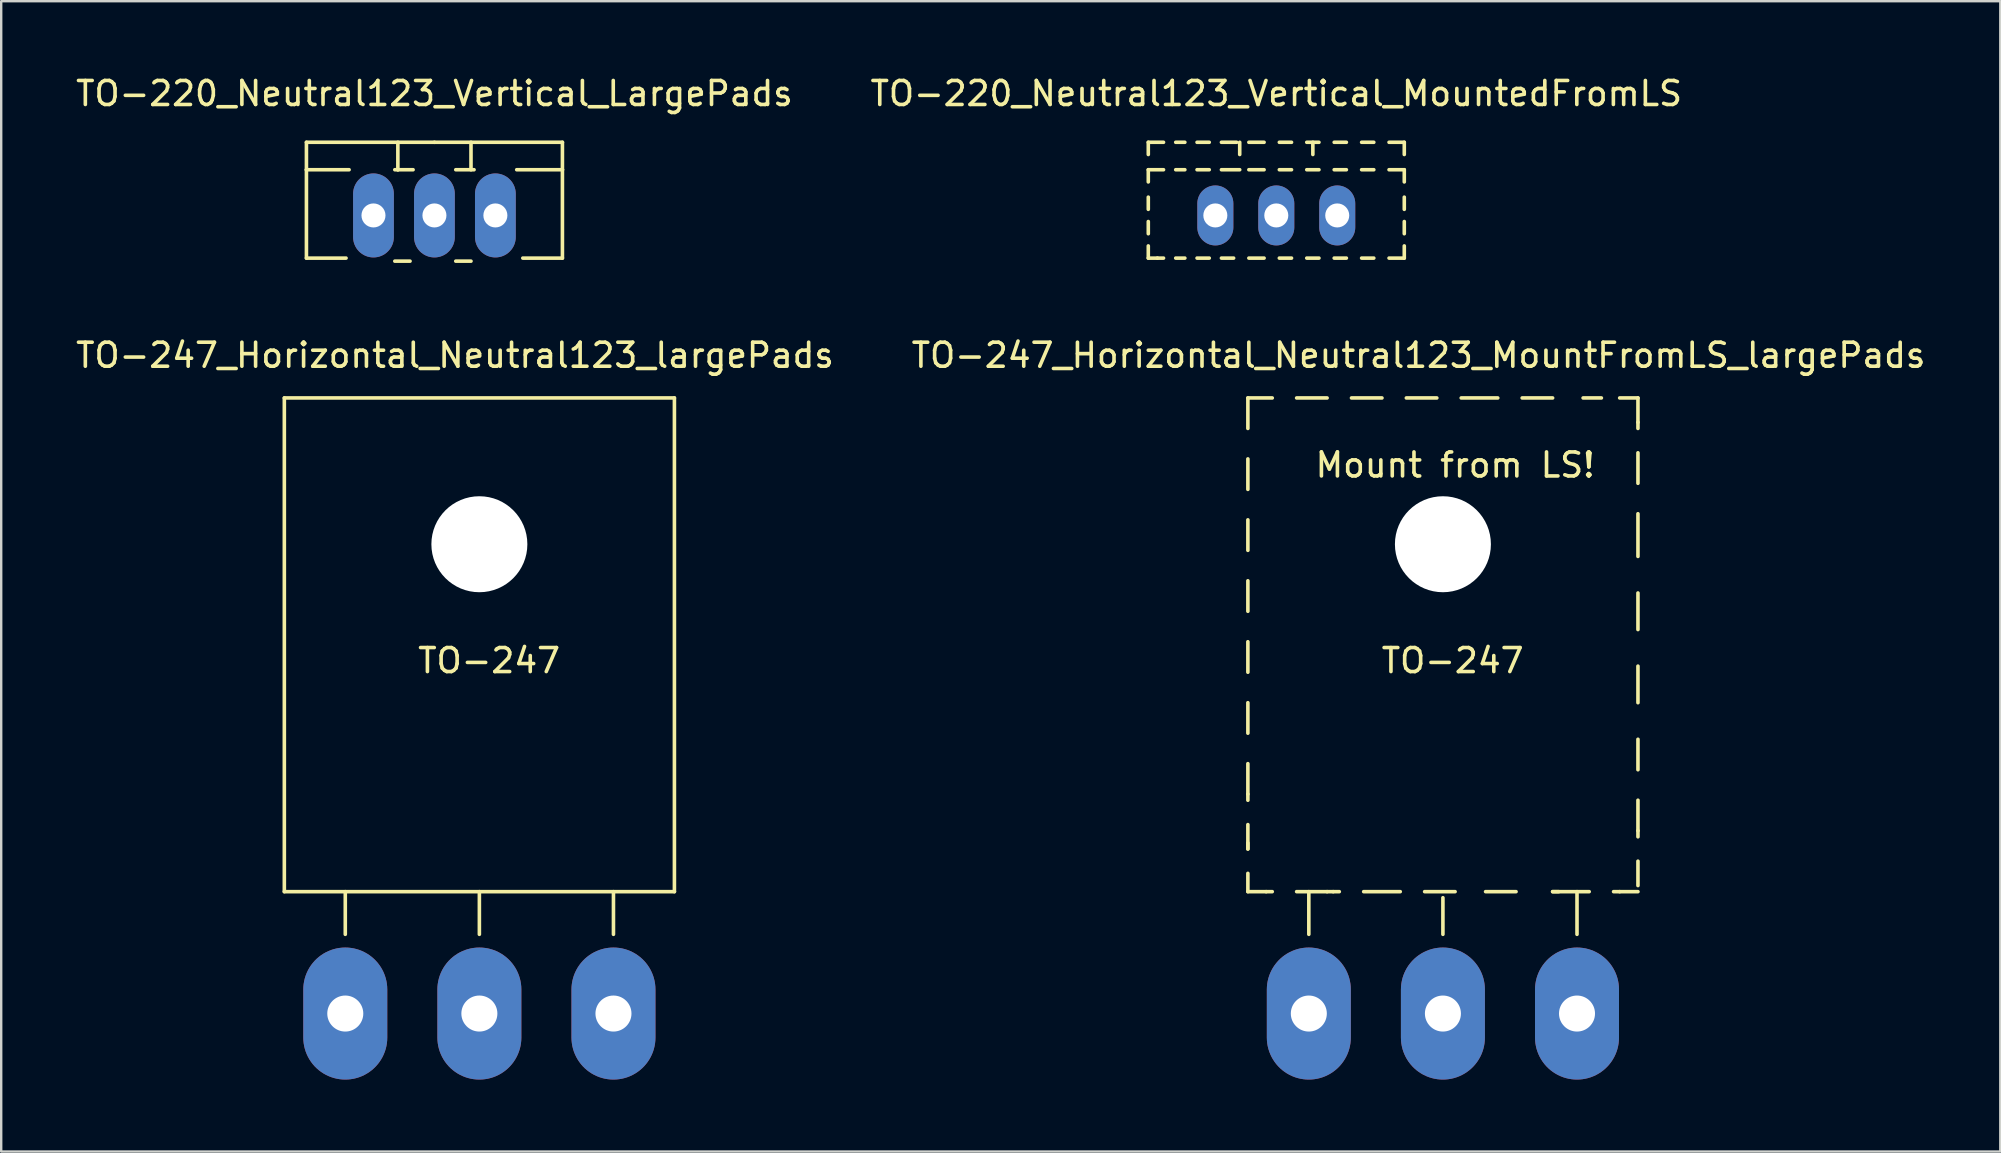
<source format=kicad_pcb>
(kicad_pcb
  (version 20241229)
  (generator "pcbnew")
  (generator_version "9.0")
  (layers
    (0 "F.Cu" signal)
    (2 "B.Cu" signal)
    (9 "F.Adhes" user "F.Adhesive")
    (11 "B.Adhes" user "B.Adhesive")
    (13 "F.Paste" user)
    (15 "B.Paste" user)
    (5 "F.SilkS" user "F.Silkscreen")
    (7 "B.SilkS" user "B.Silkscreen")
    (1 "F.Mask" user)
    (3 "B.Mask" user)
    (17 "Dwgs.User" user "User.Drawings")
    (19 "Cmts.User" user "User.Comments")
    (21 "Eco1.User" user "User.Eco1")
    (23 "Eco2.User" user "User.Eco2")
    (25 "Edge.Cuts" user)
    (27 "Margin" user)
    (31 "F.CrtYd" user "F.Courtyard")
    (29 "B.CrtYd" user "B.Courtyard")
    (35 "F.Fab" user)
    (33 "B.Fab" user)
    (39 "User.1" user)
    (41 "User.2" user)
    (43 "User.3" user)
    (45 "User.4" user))
  (footprint "TO-220_Neutral123_Vertical_MountedFromLS"
    (layer "F.Cu")
    (at 50.137 5.928)
    (property "Reference" "TO-220_Neutral123_Vertical_MountedFromLS" (at 0 -5.08 0) (layer "F.SilkS") (effects (font (size 1 1) (thickness 0.15))))
    (attr through_hole)
    (fp_line (start -5.334 -3.048) (end -4.699 -3.048) (stroke (width 0.15) (type solid)) (layer "F.SilkS"))
    (fp_line (start -5.334 -2.54) (end -5.334 -3.048) (stroke (width 0.15) (type solid)) (layer "F.SilkS"))
    (fp_line (start -5.334 -1.397) (end -5.334 -1.905) (stroke (width 0.15) (type solid)) (layer "F.SilkS"))
    (fp_line (start -5.334 -0.254) (end -5.334 -0.762) (stroke (width 0.15) (type solid)) (layer "F.SilkS"))
    (fp_line (start -5.334 0.762) (end -5.334 0.254) (stroke (width 0.15) (type solid)) (layer "F.SilkS"))
    (fp_line (start -5.334 1.778) (end -5.334 1.27) (stroke (width 0.15) (type solid)) (layer "F.SilkS"))
    (fp_line (start -5.334 1.778) (end -4.953 1.778) (stroke (width 0.15) (type solid)) (layer "F.SilkS"))
    (fp_line (start -4.953 1.778) (end -4.699 1.778) (stroke (width 0.15) (type solid)) (layer "F.SilkS"))
    (fp_line (start -4.699 -1.905) (end -5.334 -1.905) (stroke (width 0.15) (type solid)) (layer "F.SilkS"))
    (fp_line (start -4.191 -3.048) (end -3.81 -3.048) (stroke (width 0.15) (type solid)) (layer "F.SilkS"))
    (fp_line (start -4.191 1.778) (end -3.81 1.778) (stroke (width 0.15) (type solid)) (layer "F.SilkS"))
    (fp_line (start -3.81 -1.905) (end -4.191 -1.905) (stroke (width 0.15) (type solid)) (layer "F.SilkS"))
    (fp_line (start -3.302 -3.048) (end -2.794 -3.048) (stroke (width 0.15) (type solid)) (layer "F.SilkS"))
    (fp_line (start -3.302 1.778) (end -2.794 1.778) (stroke (width 0.15) (type solid)) (layer "F.SilkS"))
    (fp_line (start -2.794 -1.905) (end -3.302 -1.905) (stroke (width 0.15) (type solid)) (layer "F.SilkS"))
    (fp_line (start -2.286 -3.048) (end -1.651 -3.048) (stroke (width 0.15) (type solid)) (layer "F.SilkS"))
    (fp_line (start -2.286 1.778) (end -1.778 1.778) (stroke (width 0.15) (type solid)) (layer "F.SilkS"))
    (fp_line (start -1.524 -3.048) (end -1.524 -2.54) (stroke (width 0.15) (type solid)) (layer "F.SilkS"))
    (fp_line (start -1.524 -1.905) (end -2.286 -1.905) (stroke (width 0.15) (type solid)) (layer "F.SilkS"))
    (fp_line (start -1.143 -3.048) (end -0.508 -3.048) (stroke (width 0.15) (type solid)) (layer "F.SilkS"))
    (fp_line (start -1.143 -1.905) (end -0.508 -1.905) (stroke (width 0.15) (type solid)) (layer "F.SilkS"))
    (fp_line (start -1.143 1.778) (end -0.508 1.778) (stroke (width 0.15) (type solid)) (layer "F.SilkS"))
    (fp_line (start 0.127 -3.048) (end 0.635 -3.048) (stroke (width 0.15) (type solid)) (layer "F.SilkS"))
    (fp_line (start 0.127 -1.905) (end 0.635 -1.905) (stroke (width 0.15) (type solid)) (layer "F.SilkS"))
    (fp_line (start 0.127 1.778) (end 0.635 1.778) (stroke (width 0.15) (type solid)) (layer "F.SilkS"))
    (fp_line (start 1.27 -3.048) (end 1.778 -3.048) (stroke (width 0.15) (type solid)) (layer "F.SilkS"))
    (fp_line (start 1.27 -1.905) (end 1.778 -1.905) (stroke (width 0.15) (type solid)) (layer "F.SilkS"))
    (fp_line (start 1.27 1.778) (end 1.778 1.778) (stroke (width 0.15) (type solid)) (layer "F.SilkS"))
    (fp_line (start 1.524 -3.048) (end 1.524 -2.54) (stroke (width 0.15) (type solid)) (layer "F.SilkS"))
    (fp_line (start 2.413 -3.048) (end 2.921 -3.048) (stroke (width 0.15) (type solid)) (layer "F.SilkS"))
    (fp_line (start 2.413 -1.905) (end 2.921 -1.905) (stroke (width 0.15) (type solid)) (layer "F.SilkS"))
    (fp_line (start 2.413 1.778) (end 2.921 1.778) (stroke (width 0.15) (type solid)) (layer "F.SilkS"))
    (fp_line (start 3.556 -3.048) (end 4.064 -3.048) (stroke (width 0.15) (type solid)) (layer "F.SilkS"))
    (fp_line (start 3.556 -1.905) (end 4.064 -1.905) (stroke (width 0.15) (type solid)) (layer "F.SilkS"))
    (fp_line (start 3.556 1.778) (end 4.064 1.778) (stroke (width 0.15) (type solid)) (layer "F.SilkS"))
    (fp_line (start 4.699 -3.048) (end 5.334 -3.048) (stroke (width 0.15) (type solid)) (layer "F.SilkS"))
    (fp_line (start 4.699 -1.905) (end 5.334 -1.905) (stroke (width 0.15) (type solid)) (layer "F.SilkS"))
    (fp_line (start 4.699 1.778) (end 5.334 1.778) (stroke (width 0.15) (type solid)) (layer "F.SilkS"))
    (fp_line (start 5.334 -3.048) (end 5.334 -2.54) (stroke (width 0.15) (type solid)) (layer "F.SilkS"))
    (fp_line (start 5.334 -1.905) (end 5.334 -1.397) (stroke (width 0.15) (type solid)) (layer "F.SilkS"))
    (fp_line (start 5.334 -0.762) (end 5.334 -0.254) (stroke (width 0.15) (type solid)) (layer "F.SilkS"))
    (fp_line (start 5.334 0.254) (end 5.334 0.762) (stroke (width 0.15) (type solid)) (layer "F.SilkS"))
    (fp_line (start 5.334 1.27) (end 5.334 1.778) (stroke (width 0.15) (type solid)) (layer "F.SilkS"))
    (pad "1" thru_hole oval (at 2.54 0 90) (size 2.499 1.501) (drill 1.001) (layers "*.Cu" "*.Mask"))
    (pad "2" thru_hole oval (at 0 0 90) (size 2.499 1.501) (drill 1.001) (layers "*.Cu" "*.Mask"))
    (pad "3" thru_hole oval (at -2.54 0 90) (size 2.499 1.501) (drill 1.001) (layers "*.Cu" "*.Mask")))
  (footprint "TO-220_Neutral123_Vertical_LargePads"
    (layer "F.Cu")
    (at 15.054 5.928)
    (property "Reference" "TO-220_Neutral123_Vertical_LargePads" (at 0 -5.08 0) (layer "F.SilkS") (effects (font (size 1 1) (thickness 0.15))))
    (attr through_hole)
    (fp_line (start -5.334 -1.905) (end -5.334 -3.048) (stroke (width 0.15) (type solid)) (layer "F.SilkS"))
    (fp_line (start -5.334 -1.905) (end -3.556 -1.905) (stroke (width 0.15) (type solid)) (layer "F.SilkS"))
    (fp_line (start -5.334 1.778) (end -5.334 -1.905) (stroke (width 0.15) (type solid)) (layer "F.SilkS"))
    (fp_line (start -5.334 1.778) (end -3.683 1.778) (stroke (width 0.15) (type solid)) (layer "F.SilkS"))
    (fp_line (start -1.524 -3.048) (end -1.524 -1.905) (stroke (width 0.15) (type solid)) (layer "F.SilkS"))
    (fp_line (start -1.524 -1.905) (end -1.651 -1.905) (stroke (width 0.15) (type solid)) (layer "F.SilkS"))
    (fp_line (start -1.524 -1.905) (end -0.889 -1.905) (stroke (width 0.15) (type solid)) (layer "F.SilkS"))
    (fp_line (start -1.016 1.905) (end -1.651 1.905) (stroke (width 0.15) (type solid)) (layer "F.SilkS"))
    (fp_line (start 0 -3.048) (end -5.334 -3.048) (stroke (width 0.15) (type solid)) (layer "F.SilkS"))
    (fp_line (start 0 -3.048) (end 5.334 -3.048) (stroke (width 0.15) (type solid)) (layer "F.SilkS"))
    (fp_line (start 0.889 -1.905) (end 1.651 -1.905) (stroke (width 0.15) (type solid)) (layer "F.SilkS"))
    (fp_line (start 1.524 -3.048) (end 1.524 -1.905) (stroke (width 0.15) (type solid)) (layer "F.SilkS"))
    (fp_line (start 1.524 1.905) (end 0.889 1.905) (stroke (width 0.15) (type solid)) (layer "F.SilkS"))
    (fp_line (start 5.334 -3.048) (end 5.334 -1.905) (stroke (width 0.15) (type solid)) (layer "F.SilkS"))
    (fp_line (start 5.334 -1.905) (end 3.429 -1.905) (stroke (width 0.15) (type solid)) (layer "F.SilkS"))
    (fp_line (start 5.334 -1.905) (end 5.334 1.778) (stroke (width 0.15) (type solid)) (layer "F.SilkS"))
    (fp_line (start 5.334 1.778) (end 3.683 1.778) (stroke (width 0.15) (type solid)) (layer "F.SilkS"))
    (pad "1" thru_hole oval (at -2.54 0 90) (size 3.5 1.699) (drill 1.001) (layers "*.Cu" "*.Mask"))
    (pad "2" thru_hole oval (at 0 0 90) (size 3.5 1.699) (drill 1.001) (layers "*.Cu" "*.Mask"))
    (pad "3" thru_hole oval (at 2.54 0 90) (size 3.5 1.699) (drill 1.001) (layers "*.Cu" "*.Mask")))
  (footprint "TO-247_Horizontal_Neutral123_largePads"
    (layer "F.Cu")
    (at 16.927 39.188)
    (property "Reference" "TO-247_Horizontal_Neutral123_largePads" (at -1.016 -27.432 0) (layer "F.SilkS") (effects (font (size 1 1) (thickness 0.15))))
    (attr through_hole)
    (fp_line (start -8.128 -25.654) (end 8.128 -25.654) (stroke (width 0.15) (type solid)) (layer "F.SilkS"))
    (fp_line (start -8.128 -5.08) (end -8.128 -25.654) (stroke (width 0.15) (type solid)) (layer "F.SilkS"))
    (fp_line (start -5.588 -3.302) (end -5.588 -5.08) (stroke (width 0.15) (type solid)) (layer "F.SilkS"))
    (fp_line (start 0 -3.302) (end 0 -5.08) (stroke (width 0.15) (type solid)) (layer "F.SilkS"))
    (fp_line (start 5.588 -3.302) (end 5.588 -5.08) (stroke (width 0.15) (type solid)) (layer "F.SilkS"))
    (fp_line (start 8.128 -25.654) (end 8.128 -5.08) (stroke (width 0.15) (type solid)) (layer "F.SilkS"))
    (fp_line (start 8.128 -5.08) (end -8.128 -5.08) (stroke (width 0.15) (type solid)) (layer "F.SilkS"))
    (fp_circle (center 0 -19.558) (end 1.778 -19.558) (stroke (width 0.15) (type solid)) (fill no) (layer "F.SilkS"))
    (fp_text user "TO-247" (at 0.406 -14.707 0) (layer "F.SilkS") (effects (font (size 1 1) (thickness 0.15))))
    (pad "" np_thru_hole circle (at 0 -19.558) (size 4 4) (drill 4) (layers "*.Cu" "*.Mask"))
    (pad "1" thru_hole oval (at -5.588 0 90) (size 5.502 3.5) (drill 1.501) (layers "*.Cu" "*.Mask"))
    (pad "2" thru_hole oval (at 0 0 90) (size 5.502 3.5) (drill 1.501) (layers "*.Cu" "*.Mask"))
    (pad "3" thru_hole oval (at 5.588 0 90) (size 5.502 3.5) (drill 1.501) (layers "*.Cu" "*.Mask")))
  (footprint "TO-247_Horizontal_Neutral123_MountFromLS_largePads"
    (layer "F.Cu")
    (at 57.081 39.188)
    (property "Reference" "TO-247_Horizontal_Neutral123_MountFromLS_largePads" (at -1.016 -27.432 0) (layer "F.SilkS") (effects (font (size 1 1) (thickness 0.15))))
    (attr through_hole)
    (fp_line (start -8.128 -25.654) (end -8.128 -24.384) (stroke (width 0.15) (type solid)) (layer "F.SilkS"))
    (fp_line (start -8.128 -25.654) (end -7.112 -25.654) (stroke (width 0.15) (type solid)) (layer "F.SilkS"))
    (fp_line (start -8.128 -23.114) (end -8.128 -21.844) (stroke (width 0.15) (type solid)) (layer "F.SilkS"))
    (fp_line (start -8.128 -20.574) (end -8.128 -19.304) (stroke (width 0.15) (type solid)) (layer "F.SilkS"))
    (fp_line (start -8.128 -18.034) (end -8.128 -16.764) (stroke (width 0.15) (type solid)) (layer "F.SilkS"))
    (fp_line (start -8.128 -15.494) (end -8.128 -14.224) (stroke (width 0.15) (type solid)) (layer "F.SilkS"))
    (fp_line (start -8.128 -12.954) (end -8.128 -11.684) (stroke (width 0.15) (type solid)) (layer "F.SilkS"))
    (fp_line (start -8.128 -10.414) (end -8.128 -9.144) (stroke (width 0.15) (type solid)) (layer "F.SilkS"))
    (fp_line (start -8.128 -9.144) (end -8.128 -8.89) (stroke (width 0.15) (type solid)) (layer "F.SilkS"))
    (fp_line (start -8.128 -7.874) (end -8.128 -6.858) (stroke (width 0.15) (type solid)) (layer "F.SilkS"))
    (fp_line (start -8.128 -6.858) (end -8.128 -7.112) (stroke (width 0.15) (type solid)) (layer "F.SilkS"))
    (fp_line (start -8.128 -5.842) (end -8.128 -5.08) (stroke (width 0.15) (type solid)) (layer "F.SilkS"))
    (fp_line (start -8.128 -5.08) (end -7.366 -5.08) (stroke (width 0.15) (type solid)) (layer "F.SilkS"))
    (fp_line (start -7.366 -5.08) (end -7.112 -5.08) (stroke (width 0.15) (type solid)) (layer "F.SilkS"))
    (fp_line (start -6.096 -25.654) (end -4.826 -25.654) (stroke (width 0.15) (type solid)) (layer "F.SilkS"))
    (fp_line (start -6.096 -5.08) (end -4.826 -5.08) (stroke (width 0.15) (type solid)) (layer "F.SilkS"))
    (fp_line (start -5.588 -3.302) (end -5.588 -5.08) (stroke (width 0.15) (type solid)) (layer "F.SilkS"))
    (fp_line (start -4.826 -5.08) (end -4.572 -5.08) (stroke (width 0.15) (type solid)) (layer "F.SilkS"))
    (fp_line (start -4.572 -5.08) (end -4.318 -5.08) (stroke (width 0.15) (type solid)) (layer "F.SilkS"))
    (fp_line (start -3.81 -25.654) (end -2.54 -25.654) (stroke (width 0.15) (type solid)) (layer "F.SilkS"))
    (fp_line (start -3.302 -5.08) (end -1.778 -5.08) (stroke (width 0.15) (type solid)) (layer "F.SilkS"))
    (fp_line (start -1.524 -25.654) (end -0.254 -25.654) (stroke (width 0.15) (type solid)) (layer "F.SilkS"))
    (fp_line (start -0.762 -5.08) (end 0.508 -5.08) (stroke (width 0.15) (type solid)) (layer "F.SilkS"))
    (fp_line (start 0 -3.302) (end 0 -4.826) (stroke (width 0.15) (type solid)) (layer "F.SilkS"))
    (fp_line (start 0.762 -25.654) (end 2.286 -25.654) (stroke (width 0.15) (type solid)) (layer "F.SilkS"))
    (fp_line (start 1.778 -5.08) (end 3.048 -5.08) (stroke (width 0.15) (type solid)) (layer "F.SilkS"))
    (fp_line (start 3.302 -25.654) (end 4.572 -25.654) (stroke (width 0.15) (type solid)) (layer "F.SilkS"))
    (fp_line (start 4.572 -5.08) (end 4.826 -5.08) (stroke (width 0.15) (type solid)) (layer "F.SilkS"))
    (fp_line (start 5.588 -3.302) (end 5.588 -5.08) (stroke (width 0.15) (type solid)) (layer "F.SilkS"))
    (fp_line (start 5.842 -25.654) (end 6.604 -25.654) (stroke (width 0.15) (type solid)) (layer "F.SilkS"))
    (fp_line (start 6.096 -5.08) (end 4.572 -5.08) (stroke (width 0.15) (type solid)) (layer "F.SilkS"))
    (fp_line (start 7.366 -25.654) (end 8.128 -25.654) (stroke (width 0.15) (type solid)) (layer "F.SilkS"))
    (fp_line (start 7.366 -5.08) (end 7.112 -5.08) (stroke (width 0.15) (type solid)) (layer "F.SilkS"))
    (fp_line (start 8.128 -25.654) (end 8.128 -24.638) (stroke (width 0.15) (type solid)) (layer "F.SilkS"))
    (fp_line (start 8.128 -24.638) (end 8.128 -24.384) (stroke (width 0.15) (type solid)) (layer "F.SilkS"))
    (fp_line (start 8.128 -23.368) (end 8.128 -22.098) (stroke (width 0.15) (type solid)) (layer "F.SilkS"))
    (fp_line (start 8.128 -20.828) (end 8.128 -19.05) (stroke (width 0.15) (type solid)) (layer "F.SilkS"))
    (fp_line (start 8.128 -17.526) (end 8.128 -16.002) (stroke (width 0.15) (type solid)) (layer "F.SilkS"))
    (fp_line (start 8.128 -14.478) (end 8.128 -12.954) (stroke (width 0.15) (type solid)) (layer "F.SilkS"))
    (fp_line (start 8.128 -11.43) (end 8.128 -10.16) (stroke (width 0.15) (type solid)) (layer "F.SilkS"))
    (fp_line (start 8.128 -8.89) (end 8.128 -7.62) (stroke (width 0.15) (type solid)) (layer "F.SilkS"))
    (fp_line (start 8.128 -7.62) (end 8.128 -7.366) (stroke (width 0.15) (type solid)) (layer "F.SilkS"))
    (fp_line (start 8.128 -6.35) (end 8.128 -5.334) (stroke (width 0.15) (type solid)) (layer "F.SilkS"))
    (fp_line (start 8.128 -5.08) (end 7.366 -5.08) (stroke (width 0.15) (type solid)) (layer "F.SilkS"))
    (fp_circle (center 0 -19.558) (end 1.778 -19.558) (stroke (width 0.15) (type solid)) (fill no) (layer "F.SilkS"))
    (fp_text user "Mount from LS!" (at 0.508 -22.86 0) (layer "F.SilkS") (effects (font (size 1 1) (thickness 0.15))))
    (fp_text user "TO-247" (at 0.406 -14.707 0) (layer "F.SilkS") (effects (font (size 1 1) (thickness 0.15))))
    (pad "" np_thru_hole circle (at 0 -19.558) (size 4 4) (drill 4) (layers "*.Cu" "*.Mask"))
    (pad "1" thru_hole oval (at 5.588 0 90) (size 5.502 3.5) (drill 1.501) (layers "*.Cu" "*.Mask"))
    (pad "2" thru_hole oval (at 0 0 90) (size 5.502 3.5) (drill 1.501) (layers "*.Cu" "*.Mask"))
    (pad "3" thru_hole oval (at -5.588 0 90) (size 5.502 3.5) (drill 1.501) (layers "*.Cu" "*.Mask")))
  (gr_rect
    (start -3 -3)
    (end 80.31 44.939)
    (stroke (width 0.1) (type default))
    (fill no)
    (layer "Edge.Cuts")))
</source>
